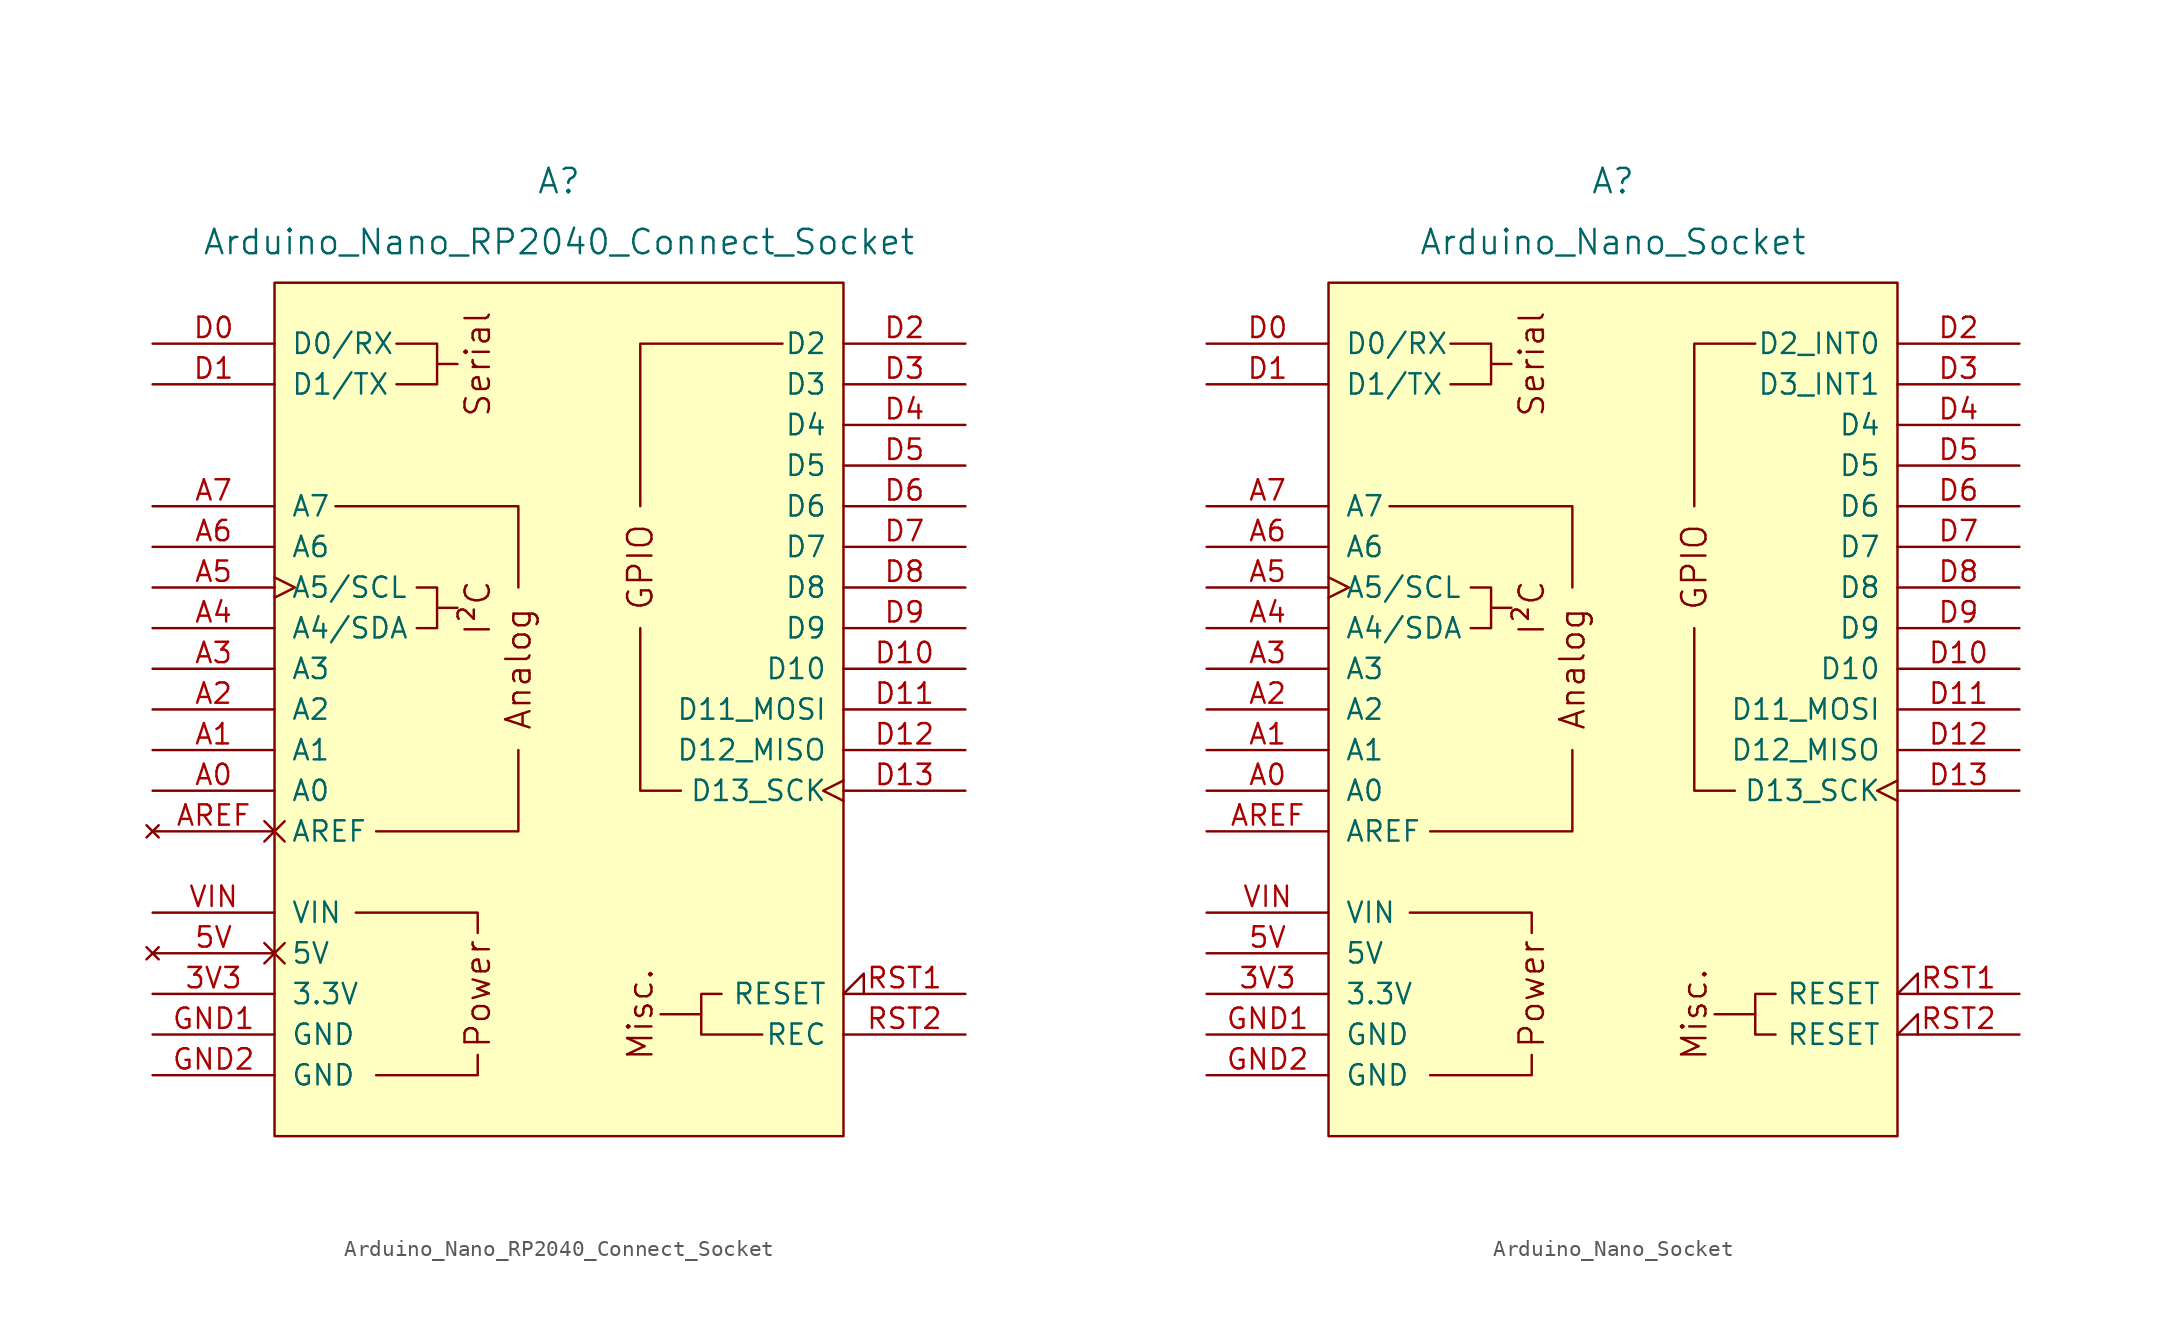
<source format=kicad_sym>
(kicad_symbol_lib
  (version 20241209)
  (generator "kicad_symbol_editor")
  (generator_version "9.0")
  (symbol "Arduino_Nano_RP2040_Connect_Socket"
    (pin_names
      (offset 1.016))
    (property "Reference" "A"
      (at 0 33.02 0)
      (effects (font (size 1.524 1.524))))
    (property "Value" "Arduino_Nano_RP2040_Connect_Socket"
      (at 0 29.21 0)
      (effects (font (size 1.524 1.524))))
    (symbol "Arduino_Nano_RP2040_Connect_Socket_0_0"
      (rectangle (start -17.78 26.67) (end 17.78 -26.67) (stroke (width 0) (type default)) (fill (type background)))
      (polyline (pts (xy -11.43 -22.86) (xy -5.08 -22.86) (xy -5.08 -21.59)) (stroke (width 0) (type default)) (fill (type none)))
      (polyline (pts (xy -10.16 22.86) (xy -7.62 22.86) (xy -7.62 20.32) (xy -10.16 20.32)) (stroke (width 0) (type default)) (fill (type none)))
      (polyline (pts (xy -8.89 7.62) (xy -7.62 7.62) (xy -7.62 5.08) (xy -8.89 5.08)) (stroke (width 0) (type default)) (fill (type none)))
      (polyline (pts (xy -7.62 21.59) (xy -6.35 21.59)) (stroke (width 0) (type default)) (fill (type none)))
      (polyline (pts (xy -7.62 6.35) (xy -6.35 6.35)) (stroke (width 0) (type default)) (fill (type none)))
      (polyline (pts (xy -5.08 -13.97) (xy -5.08 -12.7) (xy -12.7 -12.7)) (stroke (width 0) (type default)) (fill (type none)))
      (polyline (pts (xy 8.89 -19.05) (xy 6.35 -19.05)) (stroke (width 0) (type default)) (fill (type none)))
      (text "Serial" (at -5.08 21.59 900) (effects (font (size 1.524 1.524))))
      (text "I²C" (at -5.08 6.35 900) (effects (font (size 1.524 1.524))))
      (text "Power" (at -5.08 -17.78 900) (effects (font (size 1.524 1.524))))
      (text "Analog" (at -2.54 2.54 900) (effects (font (size 1.524 1.524))))
      (text "Misc." (at 5.08 -19.05 900) (effects (font (size 1.524 1.524)))))
    (symbol "Arduino_Nano_RP2040_Connect_Socket_0_1"
      (polyline (pts (xy -13.97 12.7) (xy -2.54 12.7) (xy -2.54 7.62)) (stroke (width 0) (type default)) (fill (type none)))
      (polyline (pts (xy -11.43 -7.62) (xy -2.54 -7.62) (xy -2.54 -2.54)) (stroke (width 0) (type default)) (fill (type none)))
      (polyline (pts (xy 7.62 -5.08) (xy 5.08 -5.08) (xy 5.08 5.08)) (stroke (width 0) (type default)) (fill (type none)))
      (polyline (pts (xy 10.16 -17.78) (xy 8.89 -17.78) (xy 8.89 -20.32) (xy 12.7 -20.32)) (stroke (width 0) (type default)) (fill (type none)))
      (polyline (pts (xy 13.97 22.86) (xy 5.08 22.86) (xy 5.08 12.7)) (stroke (width 0) (type default)) (fill (type none))))
    (symbol "Arduino_Nano_RP2040_Connect_Socket_1_0"
      (text "GPIO" (at 5.08 8.89 900) (effects (font (size 1.524 1.524)))))
    (symbol "Arduino_Nano_RP2040_Connect_Socket_1_1"
      (pin bidirectional line (at -25.4 22.86 0) (length 7.62) (name "D0/RX" (effects (font (size 1.27 1.27)))) (number "D0" (effects (font (size 1.27 1.27)))))
      (pin bidirectional line (at -25.4 20.32 0) (length 7.62) (name "D1/TX" (effects (font (size 1.27 1.27)))) (number "D1" (effects (font (size 1.27 1.27)))))
      (pin input line (at -25.4 12.7 0) (length 7.62) (name "A7" (effects (font (size 1.27 1.27)))) (number "A7" (effects (font (size 1.27 1.27)))))
      (pin input line (at -25.4 10.16 0) (length 7.62) (name "A6" (effects (font (size 1.27 1.27)))) (number "A6" (effects (font (size 1.27 1.27)))))
      (pin bidirectional clock (at -25.4 7.62 0) (length 7.62) (name "A5/SCL" (effects (font (size 1.27 1.27)))) (number "A5" (effects (font (size 1.27 1.27)))))
      (pin bidirectional line (at -25.4 5.08 0) (length 7.62) (name "A4/SDA" (effects (font (size 1.27 1.27)))) (number "A4" (effects (font (size 1.27 1.27)))))
      (pin bidirectional line (at -25.4 2.54 0) (length 7.62) (name "A3" (effects (font (size 1.27 1.27)))) (number "A3" (effects (font (size 1.27 1.27)))))
      (pin bidirectional line (at -25.4 0 0) (length 7.62) (name "A2" (effects (font (size 1.27 1.27)))) (number "A2" (effects (font (size 1.27 1.27)))))
      (pin bidirectional line (at -25.4 -2.54 0) (length 7.62) (name "A1" (effects (font (size 1.27 1.27)))) (number "A1" (effects (font (size 1.27 1.27)))))
      (pin bidirectional line (at -25.4 -5.08 0) (length 7.62) (name "A0" (effects (font (size 1.27 1.27)))) (number "A0" (effects (font (size 1.27 1.27)))))
      (pin no_connect non_logic (at -25.4 -7.62 0) (length 7.62) (name "AREF" (effects (font (size 1.27 1.27)))) (number "AREF" (effects (font (size 1.27 1.27)))))
      (pin power_in line (at -25.4 -12.7 0) (length 7.62) (name "VIN" (effects (font (size 1.27 1.27)))) (number "VIN" (effects (font (size 1.27 1.27)))))
      (pin no_connect non_logic (at -25.4 -15.24 0) (length 7.62) (name "5V" (effects (font (size 1.27 1.27)))) (number "5V" (effects (font (size 1.27 1.27)))))
      (pin power_in line (at -25.4 -17.78 0) (length 7.62) (name "3.3V" (effects (font (size 1.27 1.27)))) (number "3V3" (effects (font (size 1.27 1.27)))))
      (pin power_in line (at -25.4 -20.32 0) (length 7.62) (name "GND" (effects (font (size 1.27 1.27)))) (number "GND1" (effects (font (size 1.27 1.27)))))
      (pin power_in line (at -25.4 -22.86 0) (length 7.62) (name "GND" (effects (font (size 1.27 1.27)))) (number "GND2" (effects (font (size 1.27 1.27)))))
      (pin bidirectional line (at 25.4 22.86 180) (length 7.62) (name "D2" (effects (font (size 1.27 1.27)))) (number "D2" (effects (font (size 1.27 1.27)))))
      (pin bidirectional line (at 25.4 20.32 180) (length 7.62) (name "D3" (effects (font (size 1.27 1.27)))) (number "D3" (effects (font (size 1.27 1.27)))))
      (pin bidirectional line (at 25.4 17.78 180) (length 7.62) (name "D4" (effects (font (size 1.27 1.27)))) (number "D4" (effects (font (size 1.27 1.27)))))
      (pin bidirectional line (at 25.4 15.24 180) (length 7.62) (name "D5" (effects (font (size 1.27 1.27)))) (number "D5" (effects (font (size 1.27 1.27)))))
      (pin bidirectional line (at 25.4 12.7 180) (length 7.62) (name "D6" (effects (font (size 1.27 1.27)))) (number "D6" (effects (font (size 1.27 1.27)))))
      (pin bidirectional line (at 25.4 10.16 180) (length 7.62) (name "D7" (effects (font (size 1.27 1.27)))) (number "D7" (effects (font (size 1.27 1.27)))))
      (pin bidirectional line (at 25.4 7.62 180) (length 7.62) (name "D8" (effects (font (size 1.27 1.27)))) (number "D8" (effects (font (size 1.27 1.27)))))
      (pin bidirectional line (at 25.4 5.08 180) (length 7.62) (name "D9" (effects (font (size 1.27 1.27)))) (number "D9" (effects (font (size 1.27 1.27)))))
      (pin bidirectional line (at 25.4 2.54 180) (length 7.62) (name "D10" (effects (font (size 1.27 1.27)))) (number "D10" (effects (font (size 1.27 1.27)))))
      (pin bidirectional line (at 25.4 0 180) (length 7.62) (name "D11_MOSI" (effects (font (size 1.27 1.27)))) (number "D11" (effects (font (size 1.27 1.27)))))
      (pin bidirectional line (at 25.4 -2.54 180) (length 7.62) (name "D12_MISO" (effects (font (size 1.27 1.27)))) (number "D12" (effects (font (size 1.27 1.27)))))
      (pin bidirectional clock (at 25.4 -5.08 180) (length 7.62) (name "D13_SCK" (effects (font (size 1.27 1.27)))) (number "D13" (effects (font (size 1.27 1.27)))))
      (pin open_collector input_low (at 25.4 -17.78 180) (length 7.62) (name "RESET" (effects (font (size 1.27 1.27)))) (number "RST1" (effects (font (size 1.27 1.27)))))
      (pin bidirectional line (at 25.4 -20.32 180) (length 7.62) (name "REC" (effects (font (size 1.27 1.27)))) (number "RST2" (effects (font (size 1.27 1.27)))))))
  (symbol "Arduino_Nano_Socket"
    (pin_names
      (offset 1.016))
    (property "Reference" "A"
      (at 0 33.02 0)
      (effects (font (size 1.524 1.524))))
    (property "Value" "Arduino_Nano_Socket"
      (at 0 29.21 0)
      (effects (font (size 1.524 1.524))))
    (symbol "Arduino_Nano_Socket_0_0"
      (rectangle (start -17.78 26.67) (end 17.78 -26.67) (stroke (width 0) (type default)) (fill (type background)))
      (polyline (pts (xy -11.43 -22.86) (xy -5.08 -22.86) (xy -5.08 -21.59)) (stroke (width 0) (type default)) (fill (type none)))
      (polyline (pts (xy -10.16 22.86) (xy -7.62 22.86) (xy -7.62 20.32) (xy -10.16 20.32)) (stroke (width 0) (type default)) (fill (type none)))
      (polyline (pts (xy -8.89 7.62) (xy -7.62 7.62) (xy -7.62 5.08) (xy -8.89 5.08)) (stroke (width 0) (type default)) (fill (type none)))
      (polyline (pts (xy -7.62 21.59) (xy -6.35 21.59)) (stroke (width 0) (type default)) (fill (type none)))
      (polyline (pts (xy -7.62 6.35) (xy -6.35 6.35)) (stroke (width 0) (type default)) (fill (type none)))
      (polyline (pts (xy -5.08 -13.97) (xy -5.08 -12.7) (xy -12.7 -12.7)) (stroke (width 0) (type default)) (fill (type none)))
      (polyline (pts (xy 8.89 -19.05) (xy 6.35 -19.05)) (stroke (width 0) (type default)) (fill (type none)))
      (text "Serial" (at -5.08 21.59 900) (effects (font (size 1.524 1.524))))
      (text "I²C" (at -5.08 6.35 900) (effects (font (size 1.524 1.524))))
      (text "Power" (at -5.08 -17.78 900) (effects (font (size 1.524 1.524))))
      (text "Analog" (at -2.54 2.54 900) (effects (font (size 1.524 1.524))))
      (text "Misc." (at 5.08 -19.05 900) (effects (font (size 1.524 1.524)))))
    (symbol "Arduino_Nano_Socket_0_1"
      (polyline (pts (xy -13.97 12.7) (xy -2.54 12.7) (xy -2.54 7.62)) (stroke (width 0) (type default)) (fill (type none)))
      (polyline (pts (xy -11.43 -7.62) (xy -2.54 -7.62) (xy -2.54 -2.54)) (stroke (width 0) (type default)) (fill (type none)))
      (polyline (pts (xy 7.62 -5.08) (xy 5.08 -5.08) (xy 5.08 5.08)) (stroke (width 0) (type default)) (fill (type none)))
      (polyline (pts (xy 8.89 22.86) (xy 5.08 22.86) (xy 5.08 12.7)) (stroke (width 0) (type default)) (fill (type none)))
      (polyline (pts (xy 10.16 -17.78) (xy 8.89 -17.78) (xy 8.89 -20.32) (xy 10.16 -20.32)) (stroke (width 0) (type default)) (fill (type none))))
    (symbol "Arduino_Nano_Socket_1_0"
      (text "GPIO" (at 5.08 8.89 900) (effects (font (size 1.524 1.524)))))
    (symbol "Arduino_Nano_Socket_1_1"
      (pin bidirectional line (at -25.4 22.86 0) (length 7.62) (name "D0/RX" (effects (font (size 1.27 1.27)))) (number "D0" (effects (font (size 1.27 1.27)))))
      (pin bidirectional line (at -25.4 20.32 0) (length 7.62) (name "D1/TX" (effects (font (size 1.27 1.27)))) (number "D1" (effects (font (size 1.27 1.27)))))
      (pin input line (at -25.4 12.7 0) (length 7.62) (name "A7" (effects (font (size 1.27 1.27)))) (number "A7" (effects (font (size 1.27 1.27)))))
      (pin input line (at -25.4 10.16 0) (length 7.62) (name "A6" (effects (font (size 1.27 1.27)))) (number "A6" (effects (font (size 1.27 1.27)))))
      (pin bidirectional clock (at -25.4 7.62 0) (length 7.62) (name "A5/SCL" (effects (font (size 1.27 1.27)))) (number "A5" (effects (font (size 1.27 1.27)))))
      (pin bidirectional line (at -25.4 5.08 0) (length 7.62) (name "A4/SDA" (effects (font (size 1.27 1.27)))) (number "A4" (effects (font (size 1.27 1.27)))))
      (pin bidirectional line (at -25.4 2.54 0) (length 7.62) (name "A3" (effects (font (size 1.27 1.27)))) (number "A3" (effects (font (size 1.27 1.27)))))
      (pin bidirectional line (at -25.4 0 0) (length 7.62) (name "A2" (effects (font (size 1.27 1.27)))) (number "A2" (effects (font (size 1.27 1.27)))))
      (pin bidirectional line (at -25.4 -2.54 0) (length 7.62) (name "A1" (effects (font (size 1.27 1.27)))) (number "A1" (effects (font (size 1.27 1.27)))))
      (pin bidirectional line (at -25.4 -5.08 0) (length 7.62) (name "A0" (effects (font (size 1.27 1.27)))) (number "A0" (effects (font (size 1.27 1.27)))))
      (pin input line (at -25.4 -7.62 0) (length 7.62) (name "AREF" (effects (font (size 1.27 1.27)))) (number "AREF" (effects (font (size 1.27 1.27)))))
      (pin power_in line (at -25.4 -12.7 0) (length 7.62) (name "VIN" (effects (font (size 1.27 1.27)))) (number "VIN" (effects (font (size 1.27 1.27)))))
      (pin power_in line (at -25.4 -15.24 0) (length 7.62) (name "5V" (effects (font (size 1.27 1.27)))) (number "5V" (effects (font (size 1.27 1.27)))))
      (pin power_out line (at -25.4 -17.78 0) (length 7.62) (name "3.3V" (effects (font (size 1.27 1.27)))) (number "3V3" (effects (font (size 1.27 1.27)))))
      (pin power_in line (at -25.4 -20.32 0) (length 7.62) (name "GND" (effects (font (size 1.27 1.27)))) (number "GND1" (effects (font (size 1.27 1.27)))))
      (pin power_in line (at -25.4 -22.86 0) (length 7.62) (name "GND" (effects (font (size 1.27 1.27)))) (number "GND2" (effects (font (size 1.27 1.27)))))
      (pin bidirectional line (at 25.4 22.86 180) (length 7.62) (name "D2_INT0" (effects (font (size 1.27 1.27)))) (number "D2" (effects (font (size 1.27 1.27)))))
      (pin bidirectional line (at 25.4 20.32 180) (length 7.62) (name "D3_INT1" (effects (font (size 1.27 1.27)))) (number "D3" (effects (font (size 1.27 1.27)))))
      (pin bidirectional line (at 25.4 17.78 180) (length 7.62) (name "D4" (effects (font (size 1.27 1.27)))) (number "D4" (effects (font (size 1.27 1.27)))))
      (pin bidirectional line (at 25.4 15.24 180) (length 7.62) (name "D5" (effects (font (size 1.27 1.27)))) (number "D5" (effects (font (size 1.27 1.27)))))
      (pin bidirectional line (at 25.4 12.7 180) (length 7.62) (name "D6" (effects (font (size 1.27 1.27)))) (number "D6" (effects (font (size 1.27 1.27)))))
      (pin bidirectional line (at 25.4 10.16 180) (length 7.62) (name "D7" (effects (font (size 1.27 1.27)))) (number "D7" (effects (font (size 1.27 1.27)))))
      (pin bidirectional line (at 25.4 7.62 180) (length 7.62) (name "D8" (effects (font (size 1.27 1.27)))) (number "D8" (effects (font (size 1.27 1.27)))))
      (pin bidirectional line (at 25.4 5.08 180) (length 7.62) (name "D9" (effects (font (size 1.27 1.27)))) (number "D9" (effects (font (size 1.27 1.27)))))
      (pin bidirectional line (at 25.4 2.54 180) (length 7.62) (name "D10" (effects (font (size 1.27 1.27)))) (number "D10" (effects (font (size 1.27 1.27)))))
      (pin bidirectional line (at 25.4 0 180) (length 7.62) (name "D11_MOSI" (effects (font (size 1.27 1.27)))) (number "D11" (effects (font (size 1.27 1.27)))))
      (pin bidirectional line (at 25.4 -2.54 180) (length 7.62) (name "D12_MISO" (effects (font (size 1.27 1.27)))) (number "D12" (effects (font (size 1.27 1.27)))))
      (pin bidirectional clock (at 25.4 -5.08 180) (length 7.62) (name "D13_SCK" (effects (font (size 1.27 1.27)))) (number "D13" (effects (font (size 1.27 1.27)))))
      (pin open_collector input_low (at 25.4 -17.78 180) (length 7.62) (name "RESET" (effects (font (size 1.27 1.27)))) (number "RST1" (effects (font (size 1.27 1.27)))))
      (pin open_collector input_low (at 25.4 -20.32 180) (length 7.62) (name "RESET" (effects (font (size 1.27 1.27)))) (number "RST2" (effects (font (size 1.27 1.27))))))))
</source>
